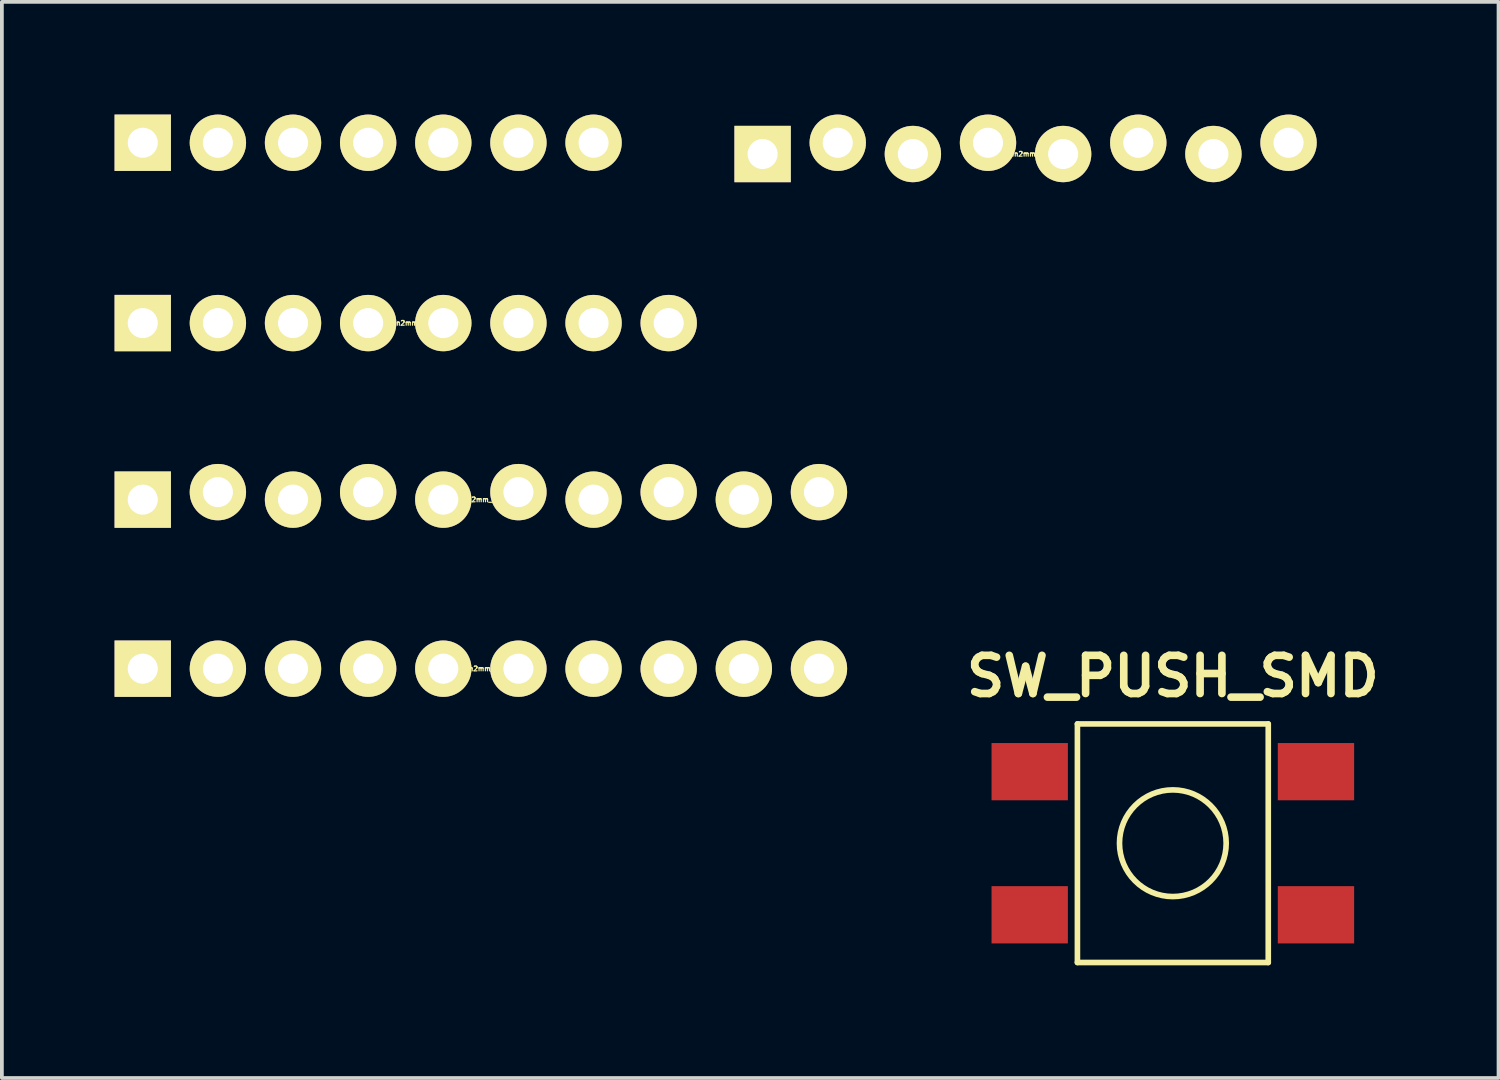
<source format=kicad_pcb>
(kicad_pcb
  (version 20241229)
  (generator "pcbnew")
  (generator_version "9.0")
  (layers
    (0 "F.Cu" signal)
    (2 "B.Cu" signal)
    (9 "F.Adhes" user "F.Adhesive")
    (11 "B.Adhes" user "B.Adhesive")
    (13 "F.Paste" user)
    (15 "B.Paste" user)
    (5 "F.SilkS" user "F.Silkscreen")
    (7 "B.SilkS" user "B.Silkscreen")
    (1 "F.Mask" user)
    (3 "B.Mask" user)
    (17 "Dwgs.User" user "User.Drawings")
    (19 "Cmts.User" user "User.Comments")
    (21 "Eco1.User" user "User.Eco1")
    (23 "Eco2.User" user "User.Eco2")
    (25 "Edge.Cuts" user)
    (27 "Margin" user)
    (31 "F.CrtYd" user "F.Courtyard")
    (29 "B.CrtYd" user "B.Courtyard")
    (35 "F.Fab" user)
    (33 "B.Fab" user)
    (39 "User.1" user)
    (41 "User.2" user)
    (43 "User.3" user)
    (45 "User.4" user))
  (footprint "_Pin2mm_8z"
    (layer "F.Cu")
    (at 24.25 1.05)
    (property "Reference" "_Pin2mm_8z" (at 0 0 0) (layer "F.SilkS") (effects (font (size 0.127 0.127) (thickness 0.032))))
    (attr through_hole)
    (pad "1" thru_hole rect (at -7 0) (size 1.5 1.5) (drill 0.8) (layers "*.Cu" "*.Mask" "F.SilkS"))
    (pad "2" thru_hole circle (at -5 -0.3) (size 1.5 1.5) (drill 0.8) (layers "*.Cu" "*.Mask" "F.SilkS"))
    (pad "3" thru_hole circle (at -3 0) (size 1.5 1.5) (drill 0.8) (layers "*.Cu" "*.Mask" "F.SilkS"))
    (pad "4" thru_hole circle (at -1 -0.3) (size 1.5 1.5) (drill 0.8) (layers "*.Cu" "*.Mask" "F.SilkS"))
    (pad "5" thru_hole circle (at 1 0) (size 1.5 1.5) (drill 0.8) (layers "*.Cu" "*.Mask" "F.SilkS"))
    (pad "6" thru_hole circle (at 3 -0.3) (size 1.5 1.5) (drill 0.8) (layers "*.Cu" "*.Mask" "F.SilkS"))
    (pad "7" thru_hole circle (at 5 0) (size 1.5 1.5) (drill 0.8) (layers "*.Cu" "*.Mask" "F.SilkS"))
    (pad "8" thru_hole circle (at 7 -0.3) (size 1.5 1.5) (drill 0.8) (layers "*.Cu" "*.Mask" "F.SilkS")))
  (footprint "_Pin2mm_8"
    (layer "F.Cu")
    (at 7.75 5.55)
    (property "Reference" "_Pin2mm_8" (at 0 0 0) (layer "F.SilkS") (effects (font (size 0.127 0.127) (thickness 0.032))))
    (attr through_hole)
    (pad "1" thru_hole rect (at -7 0) (size 1.5 1.5) (drill 0.8) (layers "*.Cu" "*.Mask" "F.SilkS"))
    (pad "2" thru_hole circle (at -5 0) (size 1.5 1.5) (drill 0.8) (layers "*.Cu" "*.Mask" "F.SilkS"))
    (pad "3" thru_hole circle (at -3 0) (size 1.5 1.5) (drill 0.8) (layers "*.Cu" "*.Mask" "F.SilkS"))
    (pad "4" thru_hole circle (at -1 0) (size 1.5 1.5) (drill 0.8) (layers "*.Cu" "*.Mask" "F.SilkS"))
    (pad "5" thru_hole circle (at 1 0) (size 1.5 1.5) (drill 0.8) (layers "*.Cu" "*.Mask" "F.SilkS"))
    (pad "6" thru_hole circle (at 3 0) (size 1.5 1.5) (drill 0.8) (layers "*.Cu" "*.Mask" "F.SilkS"))
    (pad "7" thru_hole circle (at 5 0) (size 1.5 1.5) (drill 0.8) (layers "*.Cu" "*.Mask" "F.SilkS"))
    (pad "8" thru_hole circle (at 7 0) (size 1.5 1.5) (drill 0.8) (layers "*.Cu" "*.Mask" "F.SilkS")))
  (footprint "_Pin2mm_10"
    (layer "F.Cu")
    (at 9.75 14.75)
    (property "Reference" "_Pin2mm_10" (at 0 0 0) (layer "F.SilkS") (effects (font (size 0.127 0.127) (thickness 0.032))))
    (attr through_hole)
    (pad "1" thru_hole rect (at -9 0) (size 1.5 1.5) (drill 0.8) (layers "*.Cu" "*.Mask" "F.SilkS"))
    (pad "2" thru_hole circle (at -7 0) (size 1.5 1.5) (drill 0.8) (layers "*.Cu" "*.Mask" "F.SilkS"))
    (pad "3" thru_hole circle (at -5 0) (size 1.5 1.5) (drill 0.8) (layers "*.Cu" "*.Mask" "F.SilkS"))
    (pad "4" thru_hole circle (at -3 0) (size 1.5 1.5) (drill 0.8) (layers "*.Cu" "*.Mask" "F.SilkS"))
    (pad "5" thru_hole circle (at -1 0) (size 1.5 1.5) (drill 0.8) (layers "*.Cu" "*.Mask" "F.SilkS"))
    (pad "6" thru_hole circle (at 1 0) (size 1.5 1.5) (drill 0.8) (layers "*.Cu" "*.Mask" "F.SilkS"))
    (pad "7" thru_hole circle (at 3 0) (size 1.5 1.5) (drill 0.8) (layers "*.Cu" "*.Mask" "F.SilkS"))
    (pad "8" thru_hole circle (at 5 0) (size 1.5 1.5) (drill 0.8) (layers "*.Cu" "*.Mask" "F.SilkS"))
    (pad "9" thru_hole circle (at 7 0) (size 1.5 1.5) (drill 0.8) (layers "*.Cu" "*.Mask" "F.SilkS"))
    (pad "10" thru_hole circle (at 9 0) (size 1.5 1.5) (drill 0.8) (layers "*.Cu" "*.Mask" "F.SilkS")))
  (footprint "_Pin2mm_7"
    (layer "F.Cu")
    (at 6.75 0.75)
    (property "Reference" "_Pin2mm_7" (at 0 0 0) (layer "F.SilkS") (effects (font (size 0.127 0.127) (thickness 0.032))))
    (attr through_hole)
    (pad "1" thru_hole rect (at -6 0) (size 1.5 1.5) (drill 0.8) (layers "*.Cu" "*.Mask" "F.SilkS"))
    (pad "2" thru_hole circle (at -4 0) (size 1.5 1.5) (drill 0.8) (layers "*.Cu" "*.Mask" "F.SilkS"))
    (pad "3" thru_hole circle (at -2 0) (size 1.5 1.5) (drill 0.8) (layers "*.Cu" "*.Mask" "F.SilkS"))
    (pad "4" thru_hole circle (at 0 0) (size 1.5 1.5) (drill 0.8) (layers "*.Cu" "*.Mask" "F.SilkS"))
    (pad "5" thru_hole circle (at 2 0) (size 1.5 1.5) (drill 0.8) (layers "*.Cu" "*.Mask" "F.SilkS"))
    (pad "6" thru_hole circle (at 4 0) (size 1.5 1.5) (drill 0.8) (layers "*.Cu" "*.Mask" "F.SilkS"))
    (pad "7" thru_hole circle (at 6 0) (size 1.5 1.5) (drill 0.8) (layers "*.Cu" "*.Mask" "F.SilkS")))
  (footprint "_Pin2mm_10z"
    (layer "F.Cu")
    (at 9.75 10.25)
    (property "Reference" "_Pin2mm_10z" (at 0 0 0) (layer "F.SilkS") (effects (font (size 0.127 0.127) (thickness 0.032))))
    (attr through_hole)
    (pad "1" thru_hole rect (at -9 0) (size 1.5 1.5) (drill 0.8) (layers "*.Cu" "*.Mask" "F.SilkS"))
    (pad "2" thru_hole circle (at -7 -0.2) (size 1.5 1.5) (drill 0.8) (layers "*.Cu" "*.Mask" "F.SilkS"))
    (pad "3" thru_hole circle (at -5 0) (size 1.5 1.5) (drill 0.8) (layers "*.Cu" "*.Mask" "F.SilkS"))
    (pad "4" thru_hole circle (at -3 -0.2) (size 1.5 1.5) (drill 0.8) (layers "*.Cu" "*.Mask" "F.SilkS"))
    (pad "5" thru_hole circle (at -1 0) (size 1.5 1.5) (drill 0.8) (layers "*.Cu" "*.Mask" "F.SilkS"))
    (pad "6" thru_hole circle (at 1 -0.2) (size 1.5 1.5) (drill 0.8) (layers "*.Cu" "*.Mask" "F.SilkS"))
    (pad "7" thru_hole circle (at 3 0) (size 1.5 1.5) (drill 0.8) (layers "*.Cu" "*.Mask" "F.SilkS"))
    (pad "8" thru_hole circle (at 5 -0.2) (size 1.5 1.5) (drill 0.8) (layers "*.Cu" "*.Mask" "F.SilkS"))
    (pad "9" thru_hole circle (at 7 0) (size 1.5 1.5) (drill 0.8) (layers "*.Cu" "*.Mask" "F.SilkS"))
    (pad "10" thru_hole circle (at 9 -0.2) (size 1.5 1.5) (drill 0.8) (layers "*.Cu" "*.Mask" "F.SilkS")))
  (footprint "SW_PUSH_SMD"
    (layer "F.Cu")
    (at 28.17 18.761)
    (property "Reference" "SW_PUSH_SMD" (at 0 -3.81 0) (layer "F.SilkS") (effects (font (size 1.016 1.016) (thickness 0.203))))
    (attr smd)
    (fp_line (start -2.54 -2.54) (end -2.54 3.81) (stroke (width 0.15) (type solid)) (layer "F.SilkS"))
    (fp_line (start -2.54 3.81) (end 2.54 3.81) (stroke (width 0.15) (type solid)) (layer "F.SilkS"))
    (fp_line (start 2.54 -2.54) (end -2.54 -2.54) (stroke (width 0.15) (type solid)) (layer "F.SilkS"))
    (fp_line (start 2.54 3.81) (end 2.54 -2.54) (stroke (width 0.15) (type solid)) (layer "F.SilkS"))
    (fp_circle (center 0 0.635) (end 1.27 0) (stroke (width 0.15) (type solid)) (fill no) (layer "F.SilkS"))
    (pad "1" smd rect (at -3.81 -1.27 90) (size 1.524 2.032) (layers "F.Cu" "F.Mask" "F.Paste"))
    (pad "1" smd rect (at 3.81 -1.27 90) (size 1.524 2.032) (layers "F.Cu" "F.Mask" "F.Paste"))
    (pad "2" smd rect (at -3.81 2.54 90) (size 1.524 2.032) (layers "F.Cu" "F.Mask" "F.Paste"))
    (pad "2" smd rect (at 3.81 2.54 90) (size 1.524 2.032) (layers "F.Cu" "F.Mask" "F.Paste")))
  (gr_rect
    (start -3 -3)
    (end 36.84 25.646)
    (stroke (width 0.1) (type default))
    (fill no)
    (layer "Edge.Cuts")))
</source>
